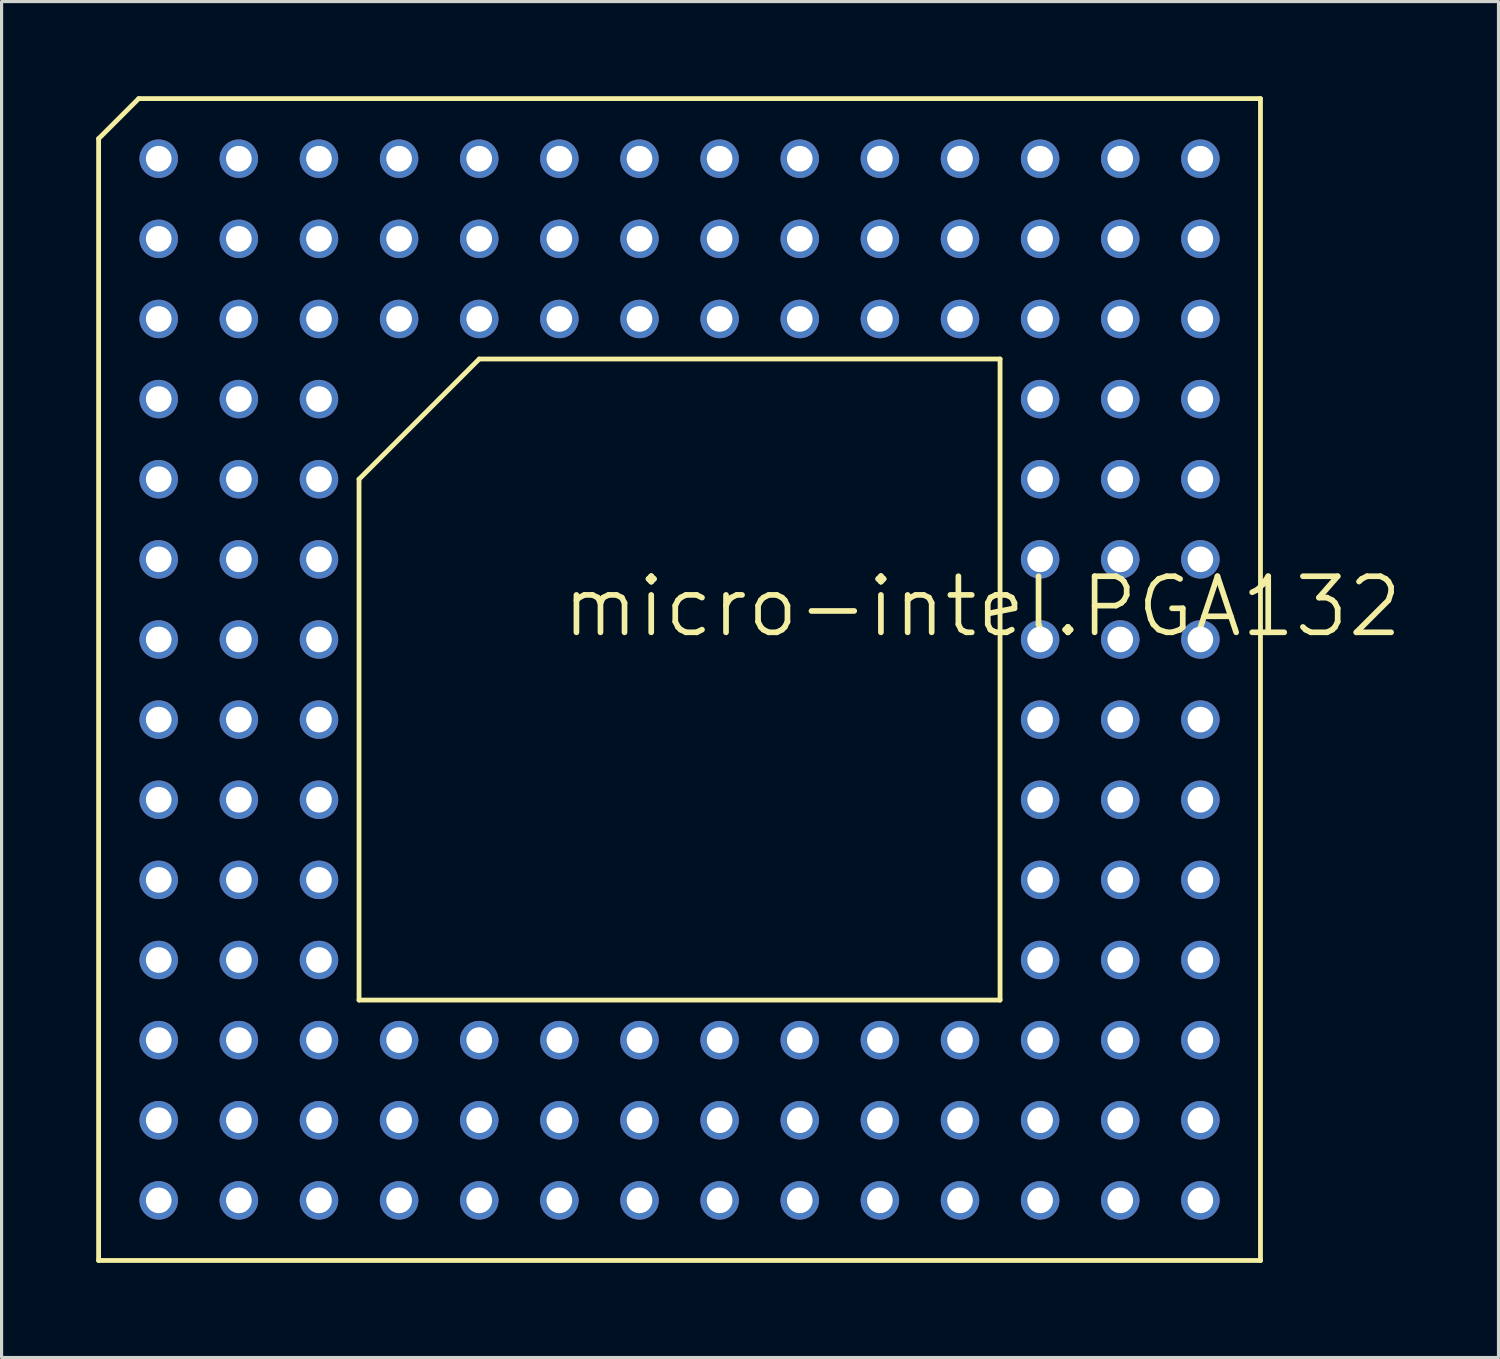
<source format=kicad_pcb>
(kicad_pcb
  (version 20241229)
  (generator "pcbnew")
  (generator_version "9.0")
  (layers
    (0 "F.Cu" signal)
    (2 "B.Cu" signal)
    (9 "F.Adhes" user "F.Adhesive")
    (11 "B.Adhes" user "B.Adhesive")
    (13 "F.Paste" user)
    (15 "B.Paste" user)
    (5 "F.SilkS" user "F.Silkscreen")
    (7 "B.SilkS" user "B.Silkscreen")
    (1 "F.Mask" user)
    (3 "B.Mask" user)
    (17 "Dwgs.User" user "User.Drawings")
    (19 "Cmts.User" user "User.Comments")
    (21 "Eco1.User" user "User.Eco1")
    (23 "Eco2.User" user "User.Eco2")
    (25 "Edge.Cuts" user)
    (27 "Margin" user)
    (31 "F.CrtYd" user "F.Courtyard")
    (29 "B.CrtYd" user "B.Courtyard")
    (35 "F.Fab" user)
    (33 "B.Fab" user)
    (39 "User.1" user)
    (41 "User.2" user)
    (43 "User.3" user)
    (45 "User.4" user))
  (footprint "micro-intel.PGA132"
    (layer "F.Cu")
    (at 18.491 18.491)
    (property "Reference" "micro-intel.PGA132" (at -3.81 -1.27 0) (layer "F.SilkS") (effects (font (size 1.778 1.778) (thickness 0.18)) (justify left bottom)))
    (attr through_hole)
    (fp_line (start -18.415 -17.145) (end -17.145 -18.415) (stroke (width 0.152) (type default)) (layer "F.SilkS"))
    (fp_line (start -18.415 18.415) (end -18.415 -17.145) (stroke (width 0.152) (type default)) (layer "F.SilkS"))
    (fp_line (start -17.145 -18.415) (end 18.415 -18.415) (stroke (width 0.152) (type default)) (layer "F.SilkS"))
    (fp_line (start -10.16 -6.35) (end -10.16 10.16) (stroke (width 0.152) (type default)) (layer "F.SilkS"))
    (fp_line (start -6.35 -10.16) (end -10.16 -6.35) (stroke (width 0.152) (type default)) (layer "F.SilkS"))
    (fp_line (start 10.16 -10.16) (end -6.35 -10.16) (stroke (width 0.152) (type default)) (layer "F.SilkS"))
    (fp_line (start 10.16 10.16) (end -10.16 10.16) (stroke (width 0.152) (type default)) (layer "F.SilkS"))
    (fp_line (start 10.16 10.16) (end 10.16 -10.16) (stroke (width 0.152) (type default)) (layer "F.SilkS"))
    (fp_line (start 18.415 -18.415) (end 18.415 18.415) (stroke (width 0.152) (type default)) (layer "F.SilkS"))
    (fp_line (start 18.415 18.415) (end -18.415 18.415) (stroke (width 0.152) (type default)) (layer "F.SilkS"))
    (pad "A01" thru_hole circle (at -16.51 -16.51 90) (size 1.219 1.219) (drill 0.813) (layers "*.Cu" "*.Mask"))
    (pad "A02" thru_hole circle (at -13.97 -16.51 90) (size 1.219 1.219) (drill 0.813) (layers "*.Cu" "*.Mask"))
    (pad "A03" thru_hole circle (at -11.43 -16.51 90) (size 1.219 1.219) (drill 0.813) (layers "*.Cu" "*.Mask"))
    (pad "A04" thru_hole circle (at -8.89 -16.51 90) (size 1.219 1.219) (drill 0.813) (layers "*.Cu" "*.Mask"))
    (pad "A05" thru_hole circle (at -6.35 -16.51 90) (size 1.219 1.219) (drill 0.813) (layers "*.Cu" "*.Mask"))
    (pad "A06" thru_hole circle (at -3.81 -16.51 90) (size 1.219 1.219) (drill 0.813) (layers "*.Cu" "*.Mask"))
    (pad "A07" thru_hole circle (at -1.27 -16.51 90) (size 1.219 1.219) (drill 0.813) (layers "*.Cu" "*.Mask"))
    (pad "A08" thru_hole circle (at 1.27 -16.51 90) (size 1.219 1.219) (drill 0.813) (layers "*.Cu" "*.Mask"))
    (pad "A09" thru_hole circle (at 3.81 -16.51 90) (size 1.219 1.219) (drill 0.813) (layers "*.Cu" "*.Mask"))
    (pad "A10" thru_hole circle (at 6.35 -16.51 90) (size 1.219 1.219) (drill 0.813) (layers "*.Cu" "*.Mask"))
    (pad "A11" thru_hole circle (at 8.89 -16.51 90) (size 1.219 1.219) (drill 0.813) (layers "*.Cu" "*.Mask"))
    (pad "A12" thru_hole circle (at 11.43 -16.51 90) (size 1.219 1.219) (drill 0.813) (layers "*.Cu" "*.Mask"))
    (pad "A13" thru_hole circle (at 13.97 -16.51 90) (size 1.219 1.219) (drill 0.813) (layers "*.Cu" "*.Mask"))
    (pad "A14" thru_hole circle (at 16.51 -16.51 90) (size 1.219 1.219) (drill 0.813) (layers "*.Cu" "*.Mask"))
    (pad "B01" thru_hole circle (at -16.51 -13.97 90) (size 1.219 1.219) (drill 0.813) (layers "*.Cu" "*.Mask"))
    (pad "B02" thru_hole circle (at -13.97 -13.97 90) (size 1.219 1.219) (drill 0.813) (layers "*.Cu" "*.Mask"))
    (pad "B03" thru_hole circle (at -11.43 -13.97 90) (size 1.219 1.219) (drill 0.813) (layers "*.Cu" "*.Mask"))
    (pad "B04" thru_hole circle (at -8.89 -13.97 90) (size 1.219 1.219) (drill 0.813) (layers "*.Cu" "*.Mask"))
    (pad "B05" thru_hole circle (at -6.35 -13.97 90) (size 1.219 1.219) (drill 0.813) (layers "*.Cu" "*.Mask"))
    (pad "B06" thru_hole circle (at -3.81 -13.97 90) (size 1.219 1.219) (drill 0.813) (layers "*.Cu" "*.Mask"))
    (pad "B07" thru_hole circle (at -1.27 -13.97 90) (size 1.219 1.219) (drill 0.813) (layers "*.Cu" "*.Mask"))
    (pad "B08" thru_hole circle (at 1.27 -13.97 90) (size 1.219 1.219) (drill 0.813) (layers "*.Cu" "*.Mask"))
    (pad "B09" thru_hole circle (at 3.81 -13.97 90) (size 1.219 1.219) (drill 0.813) (layers "*.Cu" "*.Mask"))
    (pad "B10" thru_hole circle (at 6.35 -13.97 90) (size 1.219 1.219) (drill 0.813) (layers "*.Cu" "*.Mask"))
    (pad "B11" thru_hole circle (at 8.89 -13.97 90) (size 1.219 1.219) (drill 0.813) (layers "*.Cu" "*.Mask"))
    (pad "B12" thru_hole circle (at 11.43 -13.97 90) (size 1.219 1.219) (drill 0.813) (layers "*.Cu" "*.Mask"))
    (pad "B13" thru_hole circle (at 13.97 -13.97 90) (size 1.219 1.219) (drill 0.813) (layers "*.Cu" "*.Mask"))
    (pad "B14" thru_hole circle (at 16.51 -13.97 90) (size 1.219 1.219) (drill 0.813) (layers "*.Cu" "*.Mask"))
    (pad "C01" thru_hole circle (at -16.51 -11.43 90) (size 1.219 1.219) (drill 0.813) (layers "*.Cu" "*.Mask"))
    (pad "C02" thru_hole circle (at -13.97 -11.43 90) (size 1.219 1.219) (drill 0.813) (layers "*.Cu" "*.Mask"))
    (pad "C03" thru_hole circle (at -11.43 -11.43 90) (size 1.219 1.219) (drill 0.813) (layers "*.Cu" "*.Mask"))
    (pad "C04" thru_hole circle (at -8.89 -11.43 90) (size 1.219 1.219) (drill 0.813) (layers "*.Cu" "*.Mask"))
    (pad "C05" thru_hole circle (at -6.35 -11.43 90) (size 1.219 1.219) (drill 0.813) (layers "*.Cu" "*.Mask"))
    (pad "C06" thru_hole circle (at -3.81 -11.43 90) (size 1.219 1.219) (drill 0.813) (layers "*.Cu" "*.Mask"))
    (pad "C07" thru_hole circle (at -1.27 -11.43 90) (size 1.219 1.219) (drill 0.813) (layers "*.Cu" "*.Mask"))
    (pad "C08" thru_hole circle (at 1.27 -11.43 90) (size 1.219 1.219) (drill 0.813) (layers "*.Cu" "*.Mask"))
    (pad "C09" thru_hole circle (at 3.81 -11.43 90) (size 1.219 1.219) (drill 0.813) (layers "*.Cu" "*.Mask"))
    (pad "C10" thru_hole circle (at 6.35 -11.43 90) (size 1.219 1.219) (drill 0.813) (layers "*.Cu" "*.Mask"))
    (pad "C11" thru_hole circle (at 8.89 -11.43 90) (size 1.219 1.219) (drill 0.813) (layers "*.Cu" "*.Mask"))
    (pad "C12" thru_hole circle (at 11.43 -11.43 90) (size 1.219 1.219) (drill 0.813) (layers "*.Cu" "*.Mask"))
    (pad "C13" thru_hole circle (at 13.97 -11.43 90) (size 1.219 1.219) (drill 0.813) (layers "*.Cu" "*.Mask"))
    (pad "C14" thru_hole circle (at 16.51 -11.43 90) (size 1.219 1.219) (drill 0.813) (layers "*.Cu" "*.Mask"))
    (pad "D01" thru_hole circle (at -16.51 -8.89 90) (size 1.219 1.219) (drill 0.813) (layers "*.Cu" "*.Mask"))
    (pad "D02" thru_hole circle (at -13.97 -8.89 90) (size 1.219 1.219) (drill 0.813) (layers "*.Cu" "*.Mask"))
    (pad "D03" thru_hole circle (at -11.43 -8.89 90) (size 1.219 1.219) (drill 0.813) (layers "*.Cu" "*.Mask"))
    (pad "D12" thru_hole circle (at 11.43 -8.89 90) (size 1.219 1.219) (drill 0.813) (layers "*.Cu" "*.Mask"))
    (pad "D13" thru_hole circle (at 13.97 -8.89 90) (size 1.219 1.219) (drill 0.813) (layers "*.Cu" "*.Mask"))
    (pad "D14" thru_hole circle (at 16.51 -8.89 90) (size 1.219 1.219) (drill 0.813) (layers "*.Cu" "*.Mask"))
    (pad "E01" thru_hole circle (at -16.51 -6.35 90) (size 1.219 1.219) (drill 0.813) (layers "*.Cu" "*.Mask"))
    (pad "E02" thru_hole circle (at -13.97 -6.35 90) (size 1.219 1.219) (drill 0.813) (layers "*.Cu" "*.Mask"))
    (pad "E03" thru_hole circle (at -11.43 -6.35 90) (size 1.219 1.219) (drill 0.813) (layers "*.Cu" "*.Mask"))
    (pad "E12" thru_hole circle (at 11.43 -6.35 90) (size 1.219 1.219) (drill 0.813) (layers "*.Cu" "*.Mask"))
    (pad "E13" thru_hole circle (at 13.97 -6.35 90) (size 1.219 1.219) (drill 0.813) (layers "*.Cu" "*.Mask"))
    (pad "E14" thru_hole circle (at 16.51 -6.35 90) (size 1.219 1.219) (drill 0.813) (layers "*.Cu" "*.Mask"))
    (pad "F01" thru_hole circle (at -16.51 -3.81 90) (size 1.219 1.219) (drill 0.813) (layers "*.Cu" "*.Mask"))
    (pad "F02" thru_hole circle (at -13.97 -3.81 90) (size 1.219 1.219) (drill 0.813) (layers "*.Cu" "*.Mask"))
    (pad "F03" thru_hole circle (at -11.43 -3.81 90) (size 1.219 1.219) (drill 0.813) (layers "*.Cu" "*.Mask"))
    (pad "F12" thru_hole circle (at 11.43 -3.81 90) (size 1.219 1.219) (drill 0.813) (layers "*.Cu" "*.Mask"))
    (pad "F13" thru_hole circle (at 13.97 -3.81 90) (size 1.219 1.219) (drill 0.813) (layers "*.Cu" "*.Mask"))
    (pad "F14" thru_hole circle (at 16.51 -3.81 90) (size 1.219 1.219) (drill 0.813) (layers "*.Cu" "*.Mask"))
    (pad "G01" thru_hole circle (at -16.51 -1.27 90) (size 1.219 1.219) (drill 0.813) (layers "*.Cu" "*.Mask"))
    (pad "G02" thru_hole circle (at -13.97 -1.27 90) (size 1.219 1.219) (drill 0.813) (layers "*.Cu" "*.Mask"))
    (pad "G03" thru_hole circle (at -11.43 -1.27 90) (size 1.219 1.219) (drill 0.813) (layers "*.Cu" "*.Mask"))
    (pad "G12" thru_hole circle (at 11.43 -1.27 90) (size 1.219 1.219) (drill 0.813) (layers "*.Cu" "*.Mask"))
    (pad "G13" thru_hole circle (at 13.97 -1.27 90) (size 1.219 1.219) (drill 0.813) (layers "*.Cu" "*.Mask"))
    (pad "G14" thru_hole circle (at 16.51 -1.27 90) (size 1.219 1.219) (drill 0.813) (layers "*.Cu" "*.Mask"))
    (pad "H01" thru_hole circle (at -16.51 1.27 90) (size 1.219 1.219) (drill 0.813) (layers "*.Cu" "*.Mask"))
    (pad "H02" thru_hole circle (at -13.97 1.27 90) (size 1.219 1.219) (drill 0.813) (layers "*.Cu" "*.Mask"))
    (pad "H03" thru_hole circle (at -11.43 1.27 90) (size 1.219 1.219) (drill 0.813) (layers "*.Cu" "*.Mask"))
    (pad "H12" thru_hole circle (at 11.43 1.27 90) (size 1.219 1.219) (drill 0.813) (layers "*.Cu" "*.Mask"))
    (pad "H13" thru_hole circle (at 13.97 1.27 90) (size 1.219 1.219) (drill 0.813) (layers "*.Cu" "*.Mask"))
    (pad "H14" thru_hole circle (at 16.51 1.27 90) (size 1.219 1.219) (drill 0.813) (layers "*.Cu" "*.Mask"))
    (pad "J01" thru_hole circle (at -16.51 3.81 90) (size 1.219 1.219) (drill 0.813) (layers "*.Cu" "*.Mask"))
    (pad "J02" thru_hole circle (at -13.97 3.81 90) (size 1.219 1.219) (drill 0.813) (layers "*.Cu" "*.Mask"))
    (pad "J03" thru_hole circle (at -11.43 3.81 90) (size 1.219 1.219) (drill 0.813) (layers "*.Cu" "*.Mask"))
    (pad "J12" thru_hole circle (at 11.43 3.81 90) (size 1.219 1.219) (drill 0.813) (layers "*.Cu" "*.Mask"))
    (pad "J13" thru_hole circle (at 13.97 3.81 90) (size 1.219 1.219) (drill 0.813) (layers "*.Cu" "*.Mask"))
    (pad "J14" thru_hole circle (at 16.51 3.81 90) (size 1.219 1.219) (drill 0.813) (layers "*.Cu" "*.Mask"))
    (pad "K01" thru_hole circle (at -16.51 6.35 90) (size 1.219 1.219) (drill 0.813) (layers "*.Cu" "*.Mask"))
    (pad "K02" thru_hole circle (at -13.97 6.35 90) (size 1.219 1.219) (drill 0.813) (layers "*.Cu" "*.Mask"))
    (pad "K03" thru_hole circle (at -11.43 6.35 90) (size 1.219 1.219) (drill 0.813) (layers "*.Cu" "*.Mask"))
    (pad "K12" thru_hole circle (at 11.43 6.35 90) (size 1.219 1.219) (drill 0.813) (layers "*.Cu" "*.Mask"))
    (pad "K13" thru_hole circle (at 13.97 6.35 90) (size 1.219 1.219) (drill 0.813) (layers "*.Cu" "*.Mask"))
    (pad "K14" thru_hole circle (at 16.51 6.35 90) (size 1.219 1.219) (drill 0.813) (layers "*.Cu" "*.Mask"))
    (pad "L01" thru_hole circle (at -16.51 8.89 90) (size 1.219 1.219) (drill 0.813) (layers "*.Cu" "*.Mask"))
    (pad "L02" thru_hole circle (at -13.97 8.89 90) (size 1.219 1.219) (drill 0.813) (layers "*.Cu" "*.Mask"))
    (pad "L03" thru_hole circle (at -11.43 8.89 90) (size 1.219 1.219) (drill 0.813) (layers "*.Cu" "*.Mask"))
    (pad "L12" thru_hole circle (at 11.43 8.89 90) (size 1.219 1.219) (drill 0.813) (layers "*.Cu" "*.Mask"))
    (pad "L13" thru_hole circle (at 13.97 8.89 90) (size 1.219 1.219) (drill 0.813) (layers "*.Cu" "*.Mask"))
    (pad "L14" thru_hole circle (at 16.51 8.89 90) (size 1.219 1.219) (drill 0.813) (layers "*.Cu" "*.Mask"))
    (pad "M01" thru_hole circle (at -16.51 11.43 90) (size 1.219 1.219) (drill 0.813) (layers "*.Cu" "*.Mask"))
    (pad "M02" thru_hole circle (at -13.97 11.43 90) (size 1.219 1.219) (drill 0.813) (layers "*.Cu" "*.Mask"))
    (pad "M03" thru_hole circle (at -11.43 11.43 90) (size 1.219 1.219) (drill 0.813) (layers "*.Cu" "*.Mask"))
    (pad "M04" thru_hole circle (at -8.89 11.43 90) (size 1.219 1.219) (drill 0.813) (layers "*.Cu" "*.Mask"))
    (pad "M05" thru_hole circle (at -6.35 11.43 90) (size 1.219 1.219) (drill 0.813) (layers "*.Cu" "*.Mask"))
    (pad "M06" thru_hole circle (at -3.81 11.43 90) (size 1.219 1.219) (drill 0.813) (layers "*.Cu" "*.Mask"))
    (pad "M07" thru_hole circle (at -1.27 11.43 90) (size 1.219 1.219) (drill 0.813) (layers "*.Cu" "*.Mask"))
    (pad "M08" thru_hole circle (at 1.27 11.43 90) (size 1.219 1.219) (drill 0.813) (layers "*.Cu" "*.Mask"))
    (pad "M09" thru_hole circle (at 3.81 11.43 90) (size 1.219 1.219) (drill 0.813) (layers "*.Cu" "*.Mask"))
    (pad "M10" thru_hole circle (at 6.35 11.43 90) (size 1.219 1.219) (drill 0.813) (layers "*.Cu" "*.Mask"))
    (pad "M11" thru_hole circle (at 8.89 11.43 90) (size 1.219 1.219) (drill 0.813) (layers "*.Cu" "*.Mask"))
    (pad "M12" thru_hole circle (at 11.43 11.43 90) (size 1.219 1.219) (drill 0.813) (layers "*.Cu" "*.Mask"))
    (pad "M13" thru_hole circle (at 13.97 11.43 90) (size 1.219 1.219) (drill 0.813) (layers "*.Cu" "*.Mask"))
    (pad "M14" thru_hole circle (at 16.51 11.43 90) (size 1.219 1.219) (drill 0.813) (layers "*.Cu" "*.Mask"))
    (pad "N01" thru_hole circle (at -16.51 13.97 90) (size 1.219 1.219) (drill 0.813) (layers "*.Cu" "*.Mask"))
    (pad "N02" thru_hole circle (at -13.97 13.97 90) (size 1.219 1.219) (drill 0.813) (layers "*.Cu" "*.Mask"))
    (pad "N03" thru_hole circle (at -11.43 13.97 90) (size 1.219 1.219) (drill 0.813) (layers "*.Cu" "*.Mask"))
    (pad "N04" thru_hole circle (at -8.89 13.97 90) (size 1.219 1.219) (drill 0.813) (layers "*.Cu" "*.Mask"))
    (pad "N05" thru_hole circle (at -6.35 13.97 90) (size 1.219 1.219) (drill 0.813) (layers "*.Cu" "*.Mask"))
    (pad "N06" thru_hole circle (at -3.81 13.97 90) (size 1.219 1.219) (drill 0.813) (layers "*.Cu" "*.Mask"))
    (pad "N07" thru_hole circle (at -1.27 13.97 90) (size 1.219 1.219) (drill 0.813) (layers "*.Cu" "*.Mask"))
    (pad "N08" thru_hole circle (at 1.27 13.97 90) (size 1.219 1.219) (drill 0.813) (layers "*.Cu" "*.Mask"))
    (pad "N09" thru_hole circle (at 3.81 13.97 90) (size 1.219 1.219) (drill 0.813) (layers "*.Cu" "*.Mask"))
    (pad "N10" thru_hole circle (at 6.35 13.97 90) (size 1.219 1.219) (drill 0.813) (layers "*.Cu" "*.Mask"))
    (pad "N11" thru_hole circle (at 8.89 13.97 90) (size 1.219 1.219) (drill 0.813) (layers "*.Cu" "*.Mask"))
    (pad "N12" thru_hole circle (at 11.43 13.97 90) (size 1.219 1.219) (drill 0.813) (layers "*.Cu" "*.Mask"))
    (pad "N13" thru_hole circle (at 13.97 13.97 90) (size 1.219 1.219) (drill 0.813) (layers "*.Cu" "*.Mask"))
    (pad "N14" thru_hole circle (at 16.51 13.97 90) (size 1.219 1.219) (drill 0.813) (layers "*.Cu" "*.Mask"))
    (pad "P01" thru_hole circle (at -16.51 16.51 90) (size 1.219 1.219) (drill 0.813) (layers "*.Cu" "*.Mask"))
    (pad "P02" thru_hole circle (at -13.97 16.51 90) (size 1.219 1.219) (drill 0.813) (layers "*.Cu" "*.Mask"))
    (pad "P03" thru_hole circle (at -11.43 16.51 90) (size 1.219 1.219) (drill 0.813) (layers "*.Cu" "*.Mask"))
    (pad "P04" thru_hole circle (at -8.89 16.51 90) (size 1.219 1.219) (drill 0.813) (layers "*.Cu" "*.Mask"))
    (pad "P05" thru_hole circle (at -6.35 16.51 90) (size 1.219 1.219) (drill 0.813) (layers "*.Cu" "*.Mask"))
    (pad "P06" thru_hole circle (at -3.81 16.51 90) (size 1.219 1.219) (drill 0.813) (layers "*.Cu" "*.Mask"))
    (pad "P07" thru_hole circle (at -1.27 16.51 90) (size 1.219 1.219) (drill 0.813) (layers "*.Cu" "*.Mask"))
    (pad "P08" thru_hole circle (at 1.27 16.51 90) (size 1.219 1.219) (drill 0.813) (layers "*.Cu" "*.Mask"))
    (pad "P09" thru_hole circle (at 3.81 16.51 90) (size 1.219 1.219) (drill 0.813) (layers "*.Cu" "*.Mask"))
    (pad "P10" thru_hole circle (at 6.35 16.51 90) (size 1.219 1.219) (drill 0.813) (layers "*.Cu" "*.Mask"))
    (pad "P11" thru_hole circle (at 8.89 16.51 90) (size 1.219 1.219) (drill 0.813) (layers "*.Cu" "*.Mask"))
    (pad "P12" thru_hole circle (at 11.43 16.51 90) (size 1.219 1.219) (drill 0.813) (layers "*.Cu" "*.Mask"))
    (pad "P13" thru_hole circle (at 13.97 16.51 90) (size 1.219 1.219) (drill 0.813) (layers "*.Cu" "*.Mask"))
    (pad "P14" thru_hole circle (at 16.51 16.51 90) (size 1.219 1.219) (drill 0.813) (layers "*.Cu" "*.Mask")))
  (gr_rect
    (start -3 -3)
    (end 44.451 39.982)
    (stroke (width 0.1) (type default))
    (fill no)
    (layer "Edge.Cuts")))
</source>
